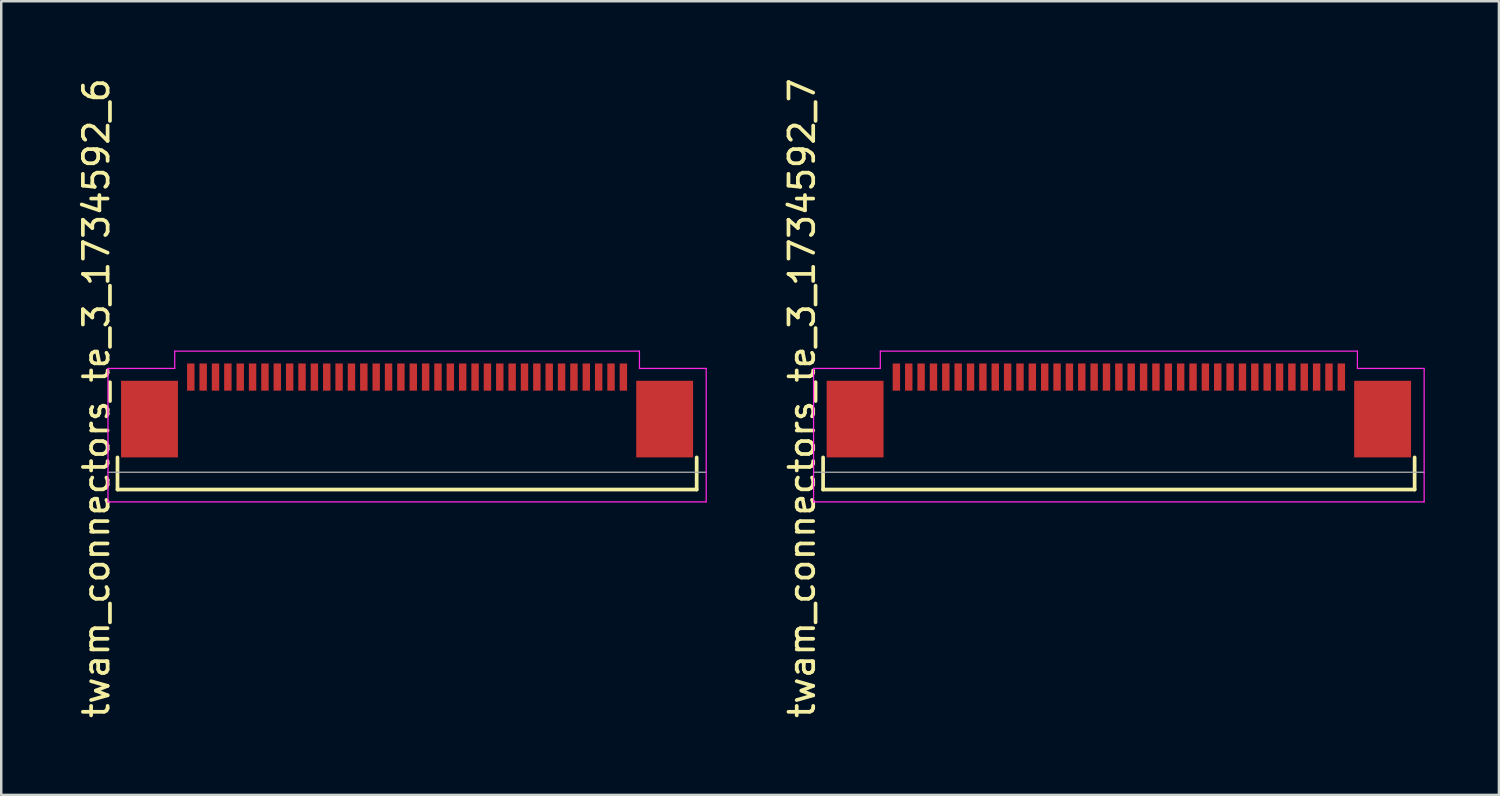
<source format=kicad_pcb>
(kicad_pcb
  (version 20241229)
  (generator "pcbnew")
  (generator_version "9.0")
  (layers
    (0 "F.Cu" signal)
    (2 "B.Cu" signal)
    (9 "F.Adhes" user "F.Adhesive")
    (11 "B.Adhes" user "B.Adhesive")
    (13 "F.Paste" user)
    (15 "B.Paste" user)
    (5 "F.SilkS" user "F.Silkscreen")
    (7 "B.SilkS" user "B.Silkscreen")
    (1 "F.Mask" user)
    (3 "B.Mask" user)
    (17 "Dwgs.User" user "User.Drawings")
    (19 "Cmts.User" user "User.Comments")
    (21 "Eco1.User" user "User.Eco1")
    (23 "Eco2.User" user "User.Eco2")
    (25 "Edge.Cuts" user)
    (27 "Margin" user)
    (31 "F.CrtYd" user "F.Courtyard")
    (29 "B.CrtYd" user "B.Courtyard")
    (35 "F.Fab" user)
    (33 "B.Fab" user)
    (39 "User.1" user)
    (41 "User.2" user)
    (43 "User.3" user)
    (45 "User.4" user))
  (footprint "twam_connectors_te_3_1734592_7"
    (layer "F.Cu")
    (at 42.212 13.054)
    (property "Reference" "twam_connectors_te_3_1734592_7" (at -12.82 0 270) (layer "F.SilkS") (effects (font (size 1 1) (thickness 0.15))))
    (attr smd)
    (fp_line (start -11.965 2.4) (end -11.965 3.7) (stroke (width 0.15) (type solid)) (layer "F.SilkS"))
    (fp_line (start -11.965 3.7) (end 11.965 3.7) (stroke (width 0.15) (type solid)) (layer "F.SilkS"))
    (fp_line (start 11.965 2.4) (end 11.965 3.7) (stroke (width 0.15) (type solid)) (layer "F.SilkS"))
    (fp_line (start -12.35 -1.2) (end -12.35 4.2) (stroke (width 0.05) (type solid)) (layer "F.CrtYd"))
    (fp_line (start -12.35 -1.2) (end -9.65 -1.2) (stroke (width 0.05) (type solid)) (layer "F.CrtYd"))
    (fp_line (start -12.35 4.2) (end 12.35 4.2) (stroke (width 0.05) (type solid)) (layer "F.CrtYd"))
    (fp_line (start -9.65 -1.9) (end -9.65 -1.2) (stroke (width 0.05) (type solid)) (layer "F.CrtYd"))
    (fp_line (start -9.65 -1.9) (end 9.65 -1.9) (stroke (width 0.05) (type solid)) (layer "F.CrtYd"))
    (fp_line (start 9.65 -1.9) (end 9.65 -1.2) (stroke (width 0.05) (type solid)) (layer "F.CrtYd"))
    (fp_line (start 9.65 -1.2) (end 12.35 -1.2) (stroke (width 0.05) (type solid)) (layer "F.CrtYd"))
    (fp_line (start 12.35 -1.2) (end 12.35 4.2) (stroke (width 0.05) (type solid)) (layer "F.CrtYd"))
    (fp_line (start -12.35 3) (end 12.35 3) (stroke (width 0.05) (type solid)) (layer "F.Fab"))
    (pad "1" smd rect (at -9 -0.85) (size 0.3 1.1) (layers "F.Cu" "F.Mask" "F.Paste"))
    (pad "2" smd rect (at -8.5 -0.85) (size 0.3 1.1) (layers "F.Cu" "F.Mask" "F.Paste"))
    (pad "3" smd rect (at -8 -0.85) (size 0.3 1.1) (layers "F.Cu" "F.Mask" "F.Paste"))
    (pad "4" smd rect (at -7.5 -0.85) (size 0.3 1.1) (layers "F.Cu" "F.Mask" "F.Paste"))
    (pad "5" smd rect (at -7 -0.85) (size 0.3 1.1) (layers "F.Cu" "F.Mask" "F.Paste"))
    (pad "6" smd rect (at -6.5 -0.85) (size 0.3 1.1) (layers "F.Cu" "F.Mask" "F.Paste"))
    (pad "7" smd rect (at -6 -0.85) (size 0.3 1.1) (layers "F.Cu" "F.Mask" "F.Paste"))
    (pad "8" smd rect (at -5.5 -0.85) (size 0.3 1.1) (layers "F.Cu" "F.Mask" "F.Paste"))
    (pad "9" smd rect (at -5 -0.85) (size 0.3 1.1) (layers "F.Cu" "F.Mask" "F.Paste"))
    (pad "10" smd rect (at -4.5 -0.85) (size 0.3 1.1) (layers "F.Cu" "F.Mask" "F.Paste"))
    (pad "11" smd rect (at -4 -0.85) (size 0.3 1.1) (layers "F.Cu" "F.Mask" "F.Paste"))
    (pad "12" smd rect (at -3.5 -0.85) (size 0.3 1.1) (layers "F.Cu" "F.Mask" "F.Paste"))
    (pad "13" smd rect (at -3 -0.85) (size 0.3 1.1) (layers "F.Cu" "F.Mask" "F.Paste"))
    (pad "14" smd rect (at -2.5 -0.85) (size 0.3 1.1) (layers "F.Cu" "F.Mask" "F.Paste"))
    (pad "15" smd rect (at -2 -0.85) (size 0.3 1.1) (layers "F.Cu" "F.Mask" "F.Paste"))
    (pad "16" smd rect (at -1.5 -0.85) (size 0.3 1.1) (layers "F.Cu" "F.Mask" "F.Paste"))
    (pad "17" smd rect (at -1 -0.85) (size 0.3 1.1) (layers "F.Cu" "F.Mask" "F.Paste"))
    (pad "18" smd rect (at -0.5 -0.85) (size 0.3 1.1) (layers "F.Cu" "F.Mask" "F.Paste"))
    (pad "19" smd rect (at 0 -0.85) (size 0.3 1.1) (layers "F.Cu" "F.Mask" "F.Paste"))
    (pad "20" smd rect (at 0.5 -0.85) (size 0.3 1.1) (layers "F.Cu" "F.Mask" "F.Paste"))
    (pad "21" smd rect (at 1 -0.85) (size 0.3 1.1) (layers "F.Cu" "F.Mask" "F.Paste"))
    (pad "22" smd rect (at 1.5 -0.85) (size 0.3 1.1) (layers "F.Cu" "F.Mask" "F.Paste"))
    (pad "23" smd rect (at 2 -0.85) (size 0.3 1.1) (layers "F.Cu" "F.Mask" "F.Paste"))
    (pad "24" smd rect (at 2.5 -0.85) (size 0.3 1.1) (layers "F.Cu" "F.Mask" "F.Paste"))
    (pad "25" smd rect (at 3 -0.85) (size 0.3 1.1) (layers "F.Cu" "F.Mask" "F.Paste"))
    (pad "26" smd rect (at 3.5 -0.85) (size 0.3 1.1) (layers "F.Cu" "F.Mask" "F.Paste"))
    (pad "27" smd rect (at 4 -0.85) (size 0.3 1.1) (layers "F.Cu" "F.Mask" "F.Paste"))
    (pad "28" smd rect (at 4.5 -0.85) (size 0.3 1.1) (layers "F.Cu" "F.Mask" "F.Paste"))
    (pad "29" smd rect (at 5 -0.85) (size 0.3 1.1) (layers "F.Cu" "F.Mask" "F.Paste"))
    (pad "30" smd rect (at 5.5 -0.85) (size 0.3 1.1) (layers "F.Cu" "F.Mask" "F.Paste"))
    (pad "31" smd rect (at 6 -0.85) (size 0.3 1.1) (layers "F.Cu" "F.Mask" "F.Paste"))
    (pad "32" smd rect (at 6.5 -0.85) (size 0.3 1.1) (layers "F.Cu" "F.Mask" "F.Paste"))
    (pad "33" smd rect (at 7 -0.85) (size 0.3 1.1) (layers "F.Cu" "F.Mask" "F.Paste"))
    (pad "34" smd rect (at 7.5 -0.85) (size 0.3 1.1) (layers "F.Cu" "F.Mask" "F.Paste"))
    (pad "35" smd rect (at 8 -0.85) (size 0.3 1.1) (layers "F.Cu" "F.Mask" "F.Paste"))
    (pad "36" smd rect (at 8.5 -0.85) (size 0.3 1.1) (layers "F.Cu" "F.Mask" "F.Paste"))
    (pad "37" smd rect (at 9 -0.85) (size 0.3 1.1) (layers "F.Cu" "F.Mask" "F.Paste"))
    (pad "F1" smd rect (at -10.67 0.85) (size 2.3 3.1) (layers "F.Cu" "F.Mask" "F.Paste"))
    (pad "F2" smd rect (at 10.67 0.85) (size 2.3 3.1) (layers "F.Cu" "F.Mask" "F.Paste")))
  (footprint "twam_connectors_te_3_1734592_6"
    (layer "F.Cu")
    (at 13.418 13.054)
    (property "Reference" "twam_connectors_te_3_1734592_6" (at -12.57 0 270) (layer "F.SilkS") (effects (font (size 1 1) (thickness 0.15))))
    (attr smd)
    (fp_line (start -11.715 2.4) (end -11.715 3.7) (stroke (width 0.15) (type solid)) (layer "F.SilkS"))
    (fp_line (start -11.715 3.7) (end 11.715 3.7) (stroke (width 0.15) (type solid)) (layer "F.SilkS"))
    (fp_line (start 11.715 2.4) (end 11.715 3.7) (stroke (width 0.15) (type solid)) (layer "F.SilkS"))
    (fp_line (start -12.1 -1.2) (end -12.1 4.2) (stroke (width 0.05) (type solid)) (layer "F.CrtYd"))
    (fp_line (start -12.1 -1.2) (end -9.4 -1.2) (stroke (width 0.05) (type solid)) (layer "F.CrtYd"))
    (fp_line (start -12.1 4.2) (end 12.1 4.2) (stroke (width 0.05) (type solid)) (layer "F.CrtYd"))
    (fp_line (start -9.4 -1.9) (end -9.4 -1.2) (stroke (width 0.05) (type solid)) (layer "F.CrtYd"))
    (fp_line (start -9.4 -1.9) (end 9.4 -1.9) (stroke (width 0.05) (type solid)) (layer "F.CrtYd"))
    (fp_line (start 9.4 -1.9) (end 9.4 -1.2) (stroke (width 0.05) (type solid)) (layer "F.CrtYd"))
    (fp_line (start 9.4 -1.2) (end 12.1 -1.2) (stroke (width 0.05) (type solid)) (layer "F.CrtYd"))
    (fp_line (start 12.1 -1.2) (end 12.1 4.2) (stroke (width 0.05) (type solid)) (layer "F.CrtYd"))
    (fp_line (start -12.1 3) (end 12.1 3) (stroke (width 0.05) (type solid)) (layer "F.Fab"))
    (pad "1" smd rect (at -8.75 -0.85) (size 0.3 1.1) (layers "F.Cu" "F.Mask" "F.Paste"))
    (pad "2" smd rect (at -8.25 -0.85) (size 0.3 1.1) (layers "F.Cu" "F.Mask" "F.Paste"))
    (pad "3" smd rect (at -7.75 -0.85) (size 0.3 1.1) (layers "F.Cu" "F.Mask" "F.Paste"))
    (pad "4" smd rect (at -7.25 -0.85) (size 0.3 1.1) (layers "F.Cu" "F.Mask" "F.Paste"))
    (pad "5" smd rect (at -6.75 -0.85) (size 0.3 1.1) (layers "F.Cu" "F.Mask" "F.Paste"))
    (pad "6" smd rect (at -6.25 -0.85) (size 0.3 1.1) (layers "F.Cu" "F.Mask" "F.Paste"))
    (pad "7" smd rect (at -5.75 -0.85) (size 0.3 1.1) (layers "F.Cu" "F.Mask" "F.Paste"))
    (pad "8" smd rect (at -5.25 -0.85) (size 0.3 1.1) (layers "F.Cu" "F.Mask" "F.Paste"))
    (pad "9" smd rect (at -4.75 -0.85) (size 0.3 1.1) (layers "F.Cu" "F.Mask" "F.Paste"))
    (pad "10" smd rect (at -4.25 -0.85) (size 0.3 1.1) (layers "F.Cu" "F.Mask" "F.Paste"))
    (pad "11" smd rect (at -3.75 -0.85) (size 0.3 1.1) (layers "F.Cu" "F.Mask" "F.Paste"))
    (pad "12" smd rect (at -3.25 -0.85) (size 0.3 1.1) (layers "F.Cu" "F.Mask" "F.Paste"))
    (pad "13" smd rect (at -2.75 -0.85) (size 0.3 1.1) (layers "F.Cu" "F.Mask" "F.Paste"))
    (pad "14" smd rect (at -2.25 -0.85) (size 0.3 1.1) (layers "F.Cu" "F.Mask" "F.Paste"))
    (pad "15" smd rect (at -1.75 -0.85) (size 0.3 1.1) (layers "F.Cu" "F.Mask" "F.Paste"))
    (pad "16" smd rect (at -1.25 -0.85) (size 0.3 1.1) (layers "F.Cu" "F.Mask" "F.Paste"))
    (pad "17" smd rect (at -0.75 -0.85) (size 0.3 1.1) (layers "F.Cu" "F.Mask" "F.Paste"))
    (pad "18" smd rect (at -0.25 -0.85) (size 0.3 1.1) (layers "F.Cu" "F.Mask" "F.Paste"))
    (pad "19" smd rect (at 0.25 -0.85) (size 0.3 1.1) (layers "F.Cu" "F.Mask" "F.Paste"))
    (pad "20" smd rect (at 0.75 -0.85) (size 0.3 1.1) (layers "F.Cu" "F.Mask" "F.Paste"))
    (pad "21" smd rect (at 1.25 -0.85) (size 0.3 1.1) (layers "F.Cu" "F.Mask" "F.Paste"))
    (pad "22" smd rect (at 1.75 -0.85) (size 0.3 1.1) (layers "F.Cu" "F.Mask" "F.Paste"))
    (pad "23" smd rect (at 2.25 -0.85) (size 0.3 1.1) (layers "F.Cu" "F.Mask" "F.Paste"))
    (pad "24" smd rect (at 2.75 -0.85) (size 0.3 1.1) (layers "F.Cu" "F.Mask" "F.Paste"))
    (pad "25" smd rect (at 3.25 -0.85) (size 0.3 1.1) (layers "F.Cu" "F.Mask" "F.Paste"))
    (pad "26" smd rect (at 3.75 -0.85) (size 0.3 1.1) (layers "F.Cu" "F.Mask" "F.Paste"))
    (pad "27" smd rect (at 4.25 -0.85) (size 0.3 1.1) (layers "F.Cu" "F.Mask" "F.Paste"))
    (pad "28" smd rect (at 4.75 -0.85) (size 0.3 1.1) (layers "F.Cu" "F.Mask" "F.Paste"))
    (pad "29" smd rect (at 5.25 -0.85) (size 0.3 1.1) (layers "F.Cu" "F.Mask" "F.Paste"))
    (pad "30" smd rect (at 5.75 -0.85) (size 0.3 1.1) (layers "F.Cu" "F.Mask" "F.Paste"))
    (pad "31" smd rect (at 6.25 -0.85) (size 0.3 1.1) (layers "F.Cu" "F.Mask" "F.Paste"))
    (pad "32" smd rect (at 6.75 -0.85) (size 0.3 1.1) (layers "F.Cu" "F.Mask" "F.Paste"))
    (pad "33" smd rect (at 7.25 -0.85) (size 0.3 1.1) (layers "F.Cu" "F.Mask" "F.Paste"))
    (pad "34" smd rect (at 7.75 -0.85) (size 0.3 1.1) (layers "F.Cu" "F.Mask" "F.Paste"))
    (pad "35" smd rect (at 8.25 -0.85) (size 0.3 1.1) (layers "F.Cu" "F.Mask" "F.Paste"))
    (pad "36" smd rect (at 8.75 -0.85) (size 0.3 1.1) (layers "F.Cu" "F.Mask" "F.Paste"))
    (pad "F1" smd rect (at -10.42 0.85) (size 2.3 3.1) (layers "F.Cu" "F.Mask" "F.Paste"))
    (pad "F2" smd rect (at 10.42 0.85) (size 2.3 3.1) (layers "F.Cu" "F.Mask" "F.Paste")))
  (gr_rect
    (start -3 -3)
    (end 57.587 29.107)
    (stroke (width 0.1) (type default))
    (fill no)
    (layer "Edge.Cuts")))
</source>
